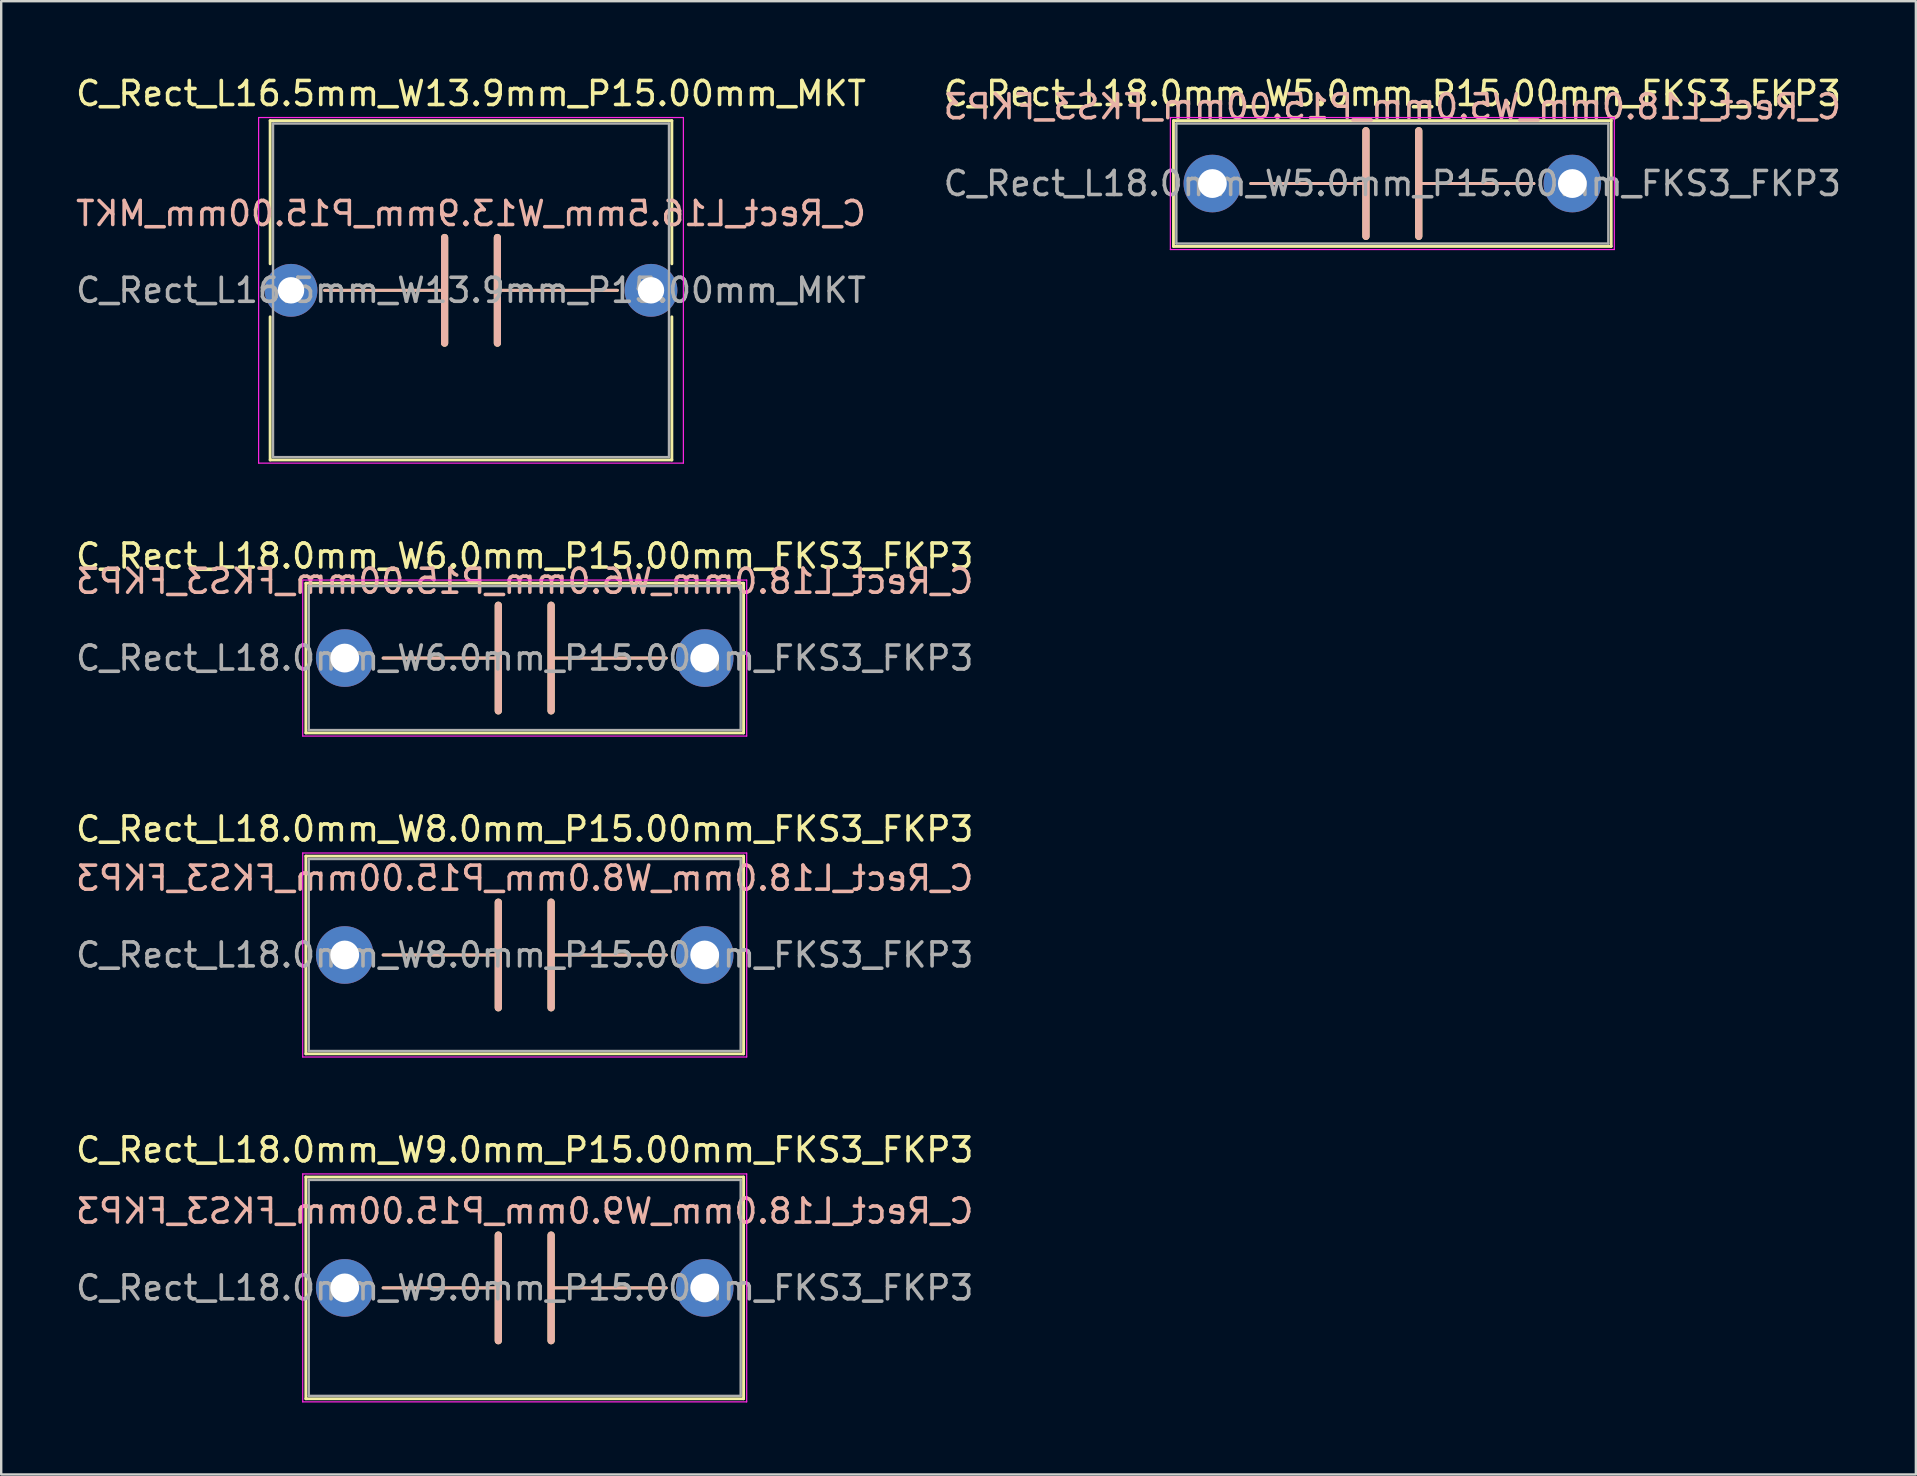
<source format=kicad_pcb>
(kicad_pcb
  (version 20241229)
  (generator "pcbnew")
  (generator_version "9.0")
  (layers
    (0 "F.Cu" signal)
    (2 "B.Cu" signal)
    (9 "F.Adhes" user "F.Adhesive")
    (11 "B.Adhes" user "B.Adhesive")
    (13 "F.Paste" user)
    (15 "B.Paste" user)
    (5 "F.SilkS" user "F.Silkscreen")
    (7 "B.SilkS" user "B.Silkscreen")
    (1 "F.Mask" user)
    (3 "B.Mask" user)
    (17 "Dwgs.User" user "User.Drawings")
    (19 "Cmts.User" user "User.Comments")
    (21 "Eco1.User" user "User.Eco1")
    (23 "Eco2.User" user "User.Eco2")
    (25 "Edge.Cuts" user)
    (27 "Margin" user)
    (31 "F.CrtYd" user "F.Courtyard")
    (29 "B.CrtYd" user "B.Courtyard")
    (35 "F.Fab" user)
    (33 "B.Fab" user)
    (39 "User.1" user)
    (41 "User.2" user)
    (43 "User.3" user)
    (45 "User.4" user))
  (footprint "C_Rect_L18.0mm_W5.0mm_P15.00mm_FKS3_FKP3"
    (layer "F.Cu")
    (at 47.47 4.598)
    (property "Reference" "C_Rect_L18.0mm_W5.0mm_P15.00mm_FKS3_FKP3" (at 7.5 -3.75 0) (layer "F.SilkS") (effects (font (size 1 1) (thickness 0.15))))
    (fp_line (start -1.62 -2.62) (end -1.62 2.62) (stroke (width 0.12) (type solid)) (layer "F.SilkS"))
    (fp_line (start -1.62 -2.62) (end 16.62 -2.62) (stroke (width 0.12) (type solid)) (layer "F.SilkS"))
    (fp_line (start -1.62 2.62) (end 16.62 2.62) (stroke (width 0.12) (type solid)) (layer "F.SilkS"))
    (fp_line (start 1.6 0) (end 6.4 0) (stroke (width 0.12) (type solid)) (layer "F.SilkS"))
    (fp_line (start 6.4 -2.2) (end 6.4 2.2) (stroke (width 0.3) (type solid)) (layer "F.SilkS"))
    (fp_line (start 8.6 -2.2) (end 8.6 2.2) (stroke (width 0.3) (type solid)) (layer "F.SilkS"))
    (fp_line (start 8.6 0) (end 13.4 0) (stroke (width 0.12) (type solid)) (layer "F.SilkS"))
    (fp_line (start 16.62 -2.62) (end 16.62 2.62) (stroke (width 0.12) (type solid)) (layer "F.SilkS"))
    (fp_line (start 1.6 0) (end 6.4 0) (stroke (width 0.12) (type solid)) (layer "B.SilkS"))
    (fp_line (start 6.4 2.2) (end 6.4 -2.2) (stroke (width 0.3) (type solid)) (layer "B.SilkS"))
    (fp_line (start 8.6 0) (end 13.4 0) (stroke (width 0.12) (type solid)) (layer "B.SilkS"))
    (fp_line (start 8.6 2.2) (end 8.6 -2.2) (stroke (width 0.3) (type solid)) (layer "B.SilkS"))
    (fp_line (start -1.75 -2.75) (end -1.75 2.75) (stroke (width 0.05) (type solid)) (layer "F.CrtYd"))
    (fp_line (start -1.75 2.75) (end 16.75 2.75) (stroke (width 0.05) (type solid)) (layer "F.CrtYd"))
    (fp_line (start 16.75 -2.75) (end -1.75 -2.75) (stroke (width 0.05) (type solid)) (layer "F.CrtYd"))
    (fp_line (start 16.75 2.75) (end 16.75 -2.75) (stroke (width 0.05) (type solid)) (layer "F.CrtYd"))
    (fp_line (start -1.5 -2.5) (end -1.5 2.5) (stroke (width 0.1) (type solid)) (layer "F.Fab"))
    (fp_line (start -1.5 2.5) (end 16.5 2.5) (stroke (width 0.1) (type solid)) (layer "F.Fab"))
    (fp_line (start 16.5 -2.5) (end -1.5 -2.5) (stroke (width 0.1) (type solid)) (layer "F.Fab"))
    (fp_line (start 16.5 2.5) (end 16.5 -2.5) (stroke (width 0.1) (type solid)) (layer "F.Fab"))
    (fp_text user "${REFERENCE}" (at 7.5 -3.2 0) (layer "B.SilkS") (effects (font (size 1 1) (thickness 0.15)) (justify mirror)))
    (fp_text user "${REFERENCE}" (at 7.5 0 0) (layer "F.Fab") (effects (font (size 1 1) (thickness 0.15))))
    (pad "1" thru_hole circle (at 0 0) (size 2.4 2.4) (drill 1.2) (layers "*.Cu" "*.Mask"))
    (pad "2" thru_hole circle (at 15 0) (size 2.4 2.4) (drill 1.2) (layers "*.Cu" "*.Mask")))
  (footprint "C_Rect_L18.0mm_W9.0mm_P15.00mm_FKS3_FKP3"
    (layer "F.Cu")
    (at 11.315 50.618)
    (property "Reference" "C_Rect_L18.0mm_W9.0mm_P15.00mm_FKS3_FKP3" (at 7.5 -5.75 0) (layer "F.SilkS") (effects (font (size 1 1) (thickness 0.15))))
    (fp_line (start -1.62 -4.62) (end -1.62 4.62) (stroke (width 0.12) (type solid)) (layer "F.SilkS"))
    (fp_line (start -1.62 -4.62) (end 16.62 -4.62) (stroke (width 0.12) (type solid)) (layer "F.SilkS"))
    (fp_line (start -1.62 4.62) (end 16.62 4.62) (stroke (width 0.12) (type solid)) (layer "F.SilkS"))
    (fp_line (start 1.6 0) (end 6.4 0) (stroke (width 0.12) (type solid)) (layer "F.SilkS"))
    (fp_line (start 6.4 -2.2) (end 6.4 2.2) (stroke (width 0.3) (type solid)) (layer "F.SilkS"))
    (fp_line (start 8.6 -2.2) (end 8.6 2.2) (stroke (width 0.3) (type solid)) (layer "F.SilkS"))
    (fp_line (start 8.6 0) (end 13.4 0) (stroke (width 0.12) (type solid)) (layer "F.SilkS"))
    (fp_line (start 16.62 -4.62) (end 16.62 4.62) (stroke (width 0.12) (type solid)) (layer "F.SilkS"))
    (fp_line (start 1.6 0) (end 6.4 0) (stroke (width 0.12) (type solid)) (layer "B.SilkS"))
    (fp_line (start 6.4 2.2) (end 6.4 -2.2) (stroke (width 0.3) (type solid)) (layer "B.SilkS"))
    (fp_line (start 8.6 0) (end 13.4 0) (stroke (width 0.12) (type solid)) (layer "B.SilkS"))
    (fp_line (start 8.6 2.2) (end 8.6 -2.2) (stroke (width 0.3) (type solid)) (layer "B.SilkS"))
    (fp_line (start -1.75 -4.75) (end -1.75 4.75) (stroke (width 0.05) (type solid)) (layer "F.CrtYd"))
    (fp_line (start -1.75 4.75) (end 16.75 4.75) (stroke (width 0.05) (type solid)) (layer "F.CrtYd"))
    (fp_line (start 16.75 -4.75) (end -1.75 -4.75) (stroke (width 0.05) (type solid)) (layer "F.CrtYd"))
    (fp_line (start 16.75 4.75) (end 16.75 -4.75) (stroke (width 0.05) (type solid)) (layer "F.CrtYd"))
    (fp_line (start -1.5 -4.5) (end -1.5 4.5) (stroke (width 0.1) (type solid)) (layer "F.Fab"))
    (fp_line (start -1.5 4.5) (end 16.5 4.5) (stroke (width 0.1) (type solid)) (layer "F.Fab"))
    (fp_line (start 16.5 -4.5) (end -1.5 -4.5) (stroke (width 0.1) (type solid)) (layer "F.Fab"))
    (fp_line (start 16.5 4.5) (end 16.5 -4.5) (stroke (width 0.1) (type solid)) (layer "F.Fab"))
    (fp_text user "${REFERENCE}" (at 7.5 -3.2 0) (layer "B.SilkS") (effects (font (size 1 1) (thickness 0.15)) (justify mirror)))
    (fp_text user "${REFERENCE}" (at 7.5 0 0) (layer "F.Fab") (effects (font (size 1 1) (thickness 0.15))))
    (pad "1" thru_hole circle (at 0 0) (size 2.4 2.4) (drill 1.2) (layers "*.Cu" "*.Mask"))
    (pad "2" thru_hole circle (at 15 0) (size 2.4 2.4) (drill 1.2) (layers "*.Cu" "*.Mask")))
  (footprint "C_Rect_L18.0mm_W6.0mm_P15.00mm_FKS3_FKP3"
    (layer "F.Cu")
    (at 11.315 24.372)
    (property "Reference" "C_Rect_L18.0mm_W6.0mm_P15.00mm_FKS3_FKP3" (at 7.5 -4.25 0) (layer "F.SilkS") (effects (font (size 1 1) (thickness 0.15))))
    (fp_line (start -1.62 -3.12) (end -1.62 3.12) (stroke (width 0.12) (type solid)) (layer "F.SilkS"))
    (fp_line (start -1.62 -3.12) (end 16.62 -3.12) (stroke (width 0.12) (type solid)) (layer "F.SilkS"))
    (fp_line (start -1.62 3.12) (end 16.62 3.12) (stroke (width 0.12) (type solid)) (layer "F.SilkS"))
    (fp_line (start 1.6 0) (end 6.4 0) (stroke (width 0.12) (type solid)) (layer "F.SilkS"))
    (fp_line (start 6.4 -2.2) (end 6.4 2.2) (stroke (width 0.3) (type solid)) (layer "F.SilkS"))
    (fp_line (start 8.6 -2.2) (end 8.6 2.2) (stroke (width 0.3) (type solid)) (layer "F.SilkS"))
    (fp_line (start 8.6 0) (end 13.4 0) (stroke (width 0.12) (type solid)) (layer "F.SilkS"))
    (fp_line (start 16.62 -3.12) (end 16.62 3.12) (stroke (width 0.12) (type solid)) (layer "F.SilkS"))
    (fp_line (start 1.6 0) (end 6.4 0) (stroke (width 0.12) (type solid)) (layer "B.SilkS"))
    (fp_line (start 6.4 2.2) (end 6.4 -2.2) (stroke (width 0.3) (type solid)) (layer "B.SilkS"))
    (fp_line (start 8.6 0) (end 13.4 0) (stroke (width 0.12) (type solid)) (layer "B.SilkS"))
    (fp_line (start 8.6 2.2) (end 8.6 -2.2) (stroke (width 0.3) (type solid)) (layer "B.SilkS"))
    (fp_line (start -1.75 -3.25) (end -1.75 3.25) (stroke (width 0.05) (type solid)) (layer "F.CrtYd"))
    (fp_line (start -1.75 3.25) (end 16.75 3.25) (stroke (width 0.05) (type solid)) (layer "F.CrtYd"))
    (fp_line (start 16.75 -3.25) (end -1.75 -3.25) (stroke (width 0.05) (type solid)) (layer "F.CrtYd"))
    (fp_line (start 16.75 3.25) (end 16.75 -3.25) (stroke (width 0.05) (type solid)) (layer "F.CrtYd"))
    (fp_line (start -1.5 -3) (end -1.5 3) (stroke (width 0.1) (type solid)) (layer "F.Fab"))
    (fp_line (start -1.5 3) (end 16.5 3) (stroke (width 0.1) (type solid)) (layer "F.Fab"))
    (fp_line (start 16.5 -3) (end -1.5 -3) (stroke (width 0.1) (type solid)) (layer "F.Fab"))
    (fp_line (start 16.5 3) (end 16.5 -3) (stroke (width 0.1) (type solid)) (layer "F.Fab"))
    (fp_text user "${REFERENCE}" (at 7.5 -3.2 0) (layer "B.SilkS") (effects (font (size 1 1) (thickness 0.15)) (justify mirror)))
    (fp_text user "${REFERENCE}" (at 7.5 0 0) (layer "F.Fab") (effects (font (size 1 1) (thickness 0.15))))
    (pad "1" thru_hole circle (at 0 0) (size 2.4 2.4) (drill 1.2) (layers "*.Cu" "*.Mask"))
    (pad "2" thru_hole circle (at 15 0) (size 2.4 2.4) (drill 1.2) (layers "*.Cu" "*.Mask")))
  (footprint "C_Rect_L16.5mm_W13.9mm_P15.00mm_MKT"
    (layer "F.Cu")
    (at 9.077 9.048)
    (property "Reference" "C_Rect_L16.5mm_W13.9mm_P15.00mm_MKT" (at 7.5 -8.2 0) (layer "F.SilkS") (effects (font (size 1 1) (thickness 0.15))))
    (fp_line (start -0.87 -7.07) (end -0.87 -1.104) (stroke (width 0.12) (type solid)) (layer "F.SilkS"))
    (fp_line (start -0.87 -7.07) (end 15.87 -7.07) (stroke (width 0.12) (type solid)) (layer "F.SilkS"))
    (fp_line (start -0.87 1.104) (end -0.87 7.07) (stroke (width 0.12) (type solid)) (layer "F.SilkS"))
    (fp_line (start -0.87 7.07) (end 15.87 7.07) (stroke (width 0.12) (type solid)) (layer "F.SilkS"))
    (fp_line (start 1.4 0) (end 6.4 0) (stroke (width 0.12) (type solid)) (layer "F.SilkS"))
    (fp_line (start 6.4 -2.2) (end 6.4 2.2) (stroke (width 0.3) (type solid)) (layer "F.SilkS"))
    (fp_line (start 8.6 -2.2) (end 8.6 2.2) (stroke (width 0.3) (type solid)) (layer "F.SilkS"))
    (fp_line (start 8.6 0) (end 13.6 0) (stroke (width 0.12) (type solid)) (layer "F.SilkS"))
    (fp_line (start 15.87 -7.07) (end 15.87 -1.104) (stroke (width 0.12) (type solid)) (layer "F.SilkS"))
    (fp_line (start 15.87 1.104) (end 15.87 7.07) (stroke (width 0.12) (type solid)) (layer "F.SilkS"))
    (fp_line (start 1.4 0) (end 6.4 0) (stroke (width 0.12) (type solid)) (layer "B.SilkS"))
    (fp_line (start 6.4 2.2) (end 6.4 -2.2) (stroke (width 0.3) (type solid)) (layer "B.SilkS"))
    (fp_line (start 8.6 0) (end 13.6 0) (stroke (width 0.12) (type solid)) (layer "B.SilkS"))
    (fp_line (start 8.6 2.2) (end 8.6 -2.2) (stroke (width 0.3) (type solid)) (layer "B.SilkS"))
    (fp_line (start -1.35 -7.2) (end -1.35 7.2) (stroke (width 0.05) (type solid)) (layer "F.CrtYd"))
    (fp_line (start -1.35 7.2) (end 16.35 7.2) (stroke (width 0.05) (type solid)) (layer "F.CrtYd"))
    (fp_line (start 16.35 -7.2) (end -1.35 -7.2) (stroke (width 0.05) (type solid)) (layer "F.CrtYd"))
    (fp_line (start 16.35 7.2) (end 16.35 -7.2) (stroke (width 0.05) (type solid)) (layer "F.CrtYd"))
    (fp_line (start -0.75 -6.95) (end -0.75 6.95) (stroke (width 0.1) (type solid)) (layer "F.Fab"))
    (fp_line (start -0.75 6.95) (end 15.75 6.95) (stroke (width 0.1) (type solid)) (layer "F.Fab"))
    (fp_line (start 15.75 -6.95) (end -0.75 -6.95) (stroke (width 0.1) (type solid)) (layer "F.Fab"))
    (fp_line (start 15.75 6.95) (end 15.75 -6.95) (stroke (width 0.1) (type solid)) (layer "F.Fab"))
    (fp_text user "${REFERENCE}" (at 7.5 -3.2 0) (layer "B.SilkS") (effects (font (size 1 1) (thickness 0.15)) (justify mirror)))
    (fp_text user "${REFERENCE}" (at 7.5 0 0) (layer "F.Fab") (effects (font (size 1 1) (thickness 0.15))))
    (pad "1" thru_hole circle (at 0 0) (size 2.2 2.2) (drill 1.1) (layers "*.Cu" "*.Mask"))
    (pad "2" thru_hole circle (at 15 0) (size 2.2 2.2) (drill 1.1) (layers "*.Cu" "*.Mask")))
  (footprint "C_Rect_L18.0mm_W8.0mm_P15.00mm_FKS3_FKP3"
    (layer "F.Cu")
    (at 11.315 36.745)
    (property "Reference" "C_Rect_L18.0mm_W8.0mm_P15.00mm_FKS3_FKP3" (at 7.5 -5.25 0) (layer "F.SilkS") (effects (font (size 1 1) (thickness 0.15))))
    (fp_line (start -1.62 -4.12) (end -1.62 4.12) (stroke (width 0.12) (type solid)) (layer "F.SilkS"))
    (fp_line (start -1.62 -4.12) (end 16.62 -4.12) (stroke (width 0.12) (type solid)) (layer "F.SilkS"))
    (fp_line (start -1.62 4.12) (end 16.62 4.12) (stroke (width 0.12) (type solid)) (layer "F.SilkS"))
    (fp_line (start 1.6 0) (end 6.4 0) (stroke (width 0.12) (type solid)) (layer "F.SilkS"))
    (fp_line (start 6.4 -2.2) (end 6.4 2.2) (stroke (width 0.3) (type solid)) (layer "F.SilkS"))
    (fp_line (start 8.6 -2.2) (end 8.6 2.2) (stroke (width 0.3) (type solid)) (layer "F.SilkS"))
    (fp_line (start 8.6 0) (end 13.4 0) (stroke (width 0.12) (type solid)) (layer "F.SilkS"))
    (fp_line (start 16.62 -4.12) (end 16.62 4.12) (stroke (width 0.12) (type solid)) (layer "F.SilkS"))
    (fp_line (start 1.6 0) (end 6.4 0) (stroke (width 0.12) (type solid)) (layer "B.SilkS"))
    (fp_line (start 6.4 2.2) (end 6.4 -2.2) (stroke (width 0.3) (type solid)) (layer "B.SilkS"))
    (fp_line (start 8.6 0) (end 13.4 0) (stroke (width 0.12) (type solid)) (layer "B.SilkS"))
    (fp_line (start 8.6 2.2) (end 8.6 -2.2) (stroke (width 0.3) (type solid)) (layer "B.SilkS"))
    (fp_line (start -1.75 -4.25) (end -1.75 4.25) (stroke (width 0.05) (type solid)) (layer "F.CrtYd"))
    (fp_line (start -1.75 4.25) (end 16.75 4.25) (stroke (width 0.05) (type solid)) (layer "F.CrtYd"))
    (fp_line (start 16.75 -4.25) (end -1.75 -4.25) (stroke (width 0.05) (type solid)) (layer "F.CrtYd"))
    (fp_line (start 16.75 4.25) (end 16.75 -4.25) (stroke (width 0.05) (type solid)) (layer "F.CrtYd"))
    (fp_line (start -1.5 -4) (end -1.5 4) (stroke (width 0.1) (type solid)) (layer "F.Fab"))
    (fp_line (start -1.5 4) (end 16.5 4) (stroke (width 0.1) (type solid)) (layer "F.Fab"))
    (fp_line (start 16.5 -4) (end -1.5 -4) (stroke (width 0.1) (type solid)) (layer "F.Fab"))
    (fp_line (start 16.5 4) (end 16.5 -4) (stroke (width 0.1) (type solid)) (layer "F.Fab"))
    (fp_text user "${REFERENCE}" (at 7.5 -3.2 0) (layer "B.SilkS") (effects (font (size 1 1) (thickness 0.15)) (justify mirror)))
    (fp_text user "${REFERENCE}" (at 7.5 0 0) (layer "F.Fab") (effects (font (size 1 1) (thickness 0.15))))
    (pad "1" thru_hole circle (at 0 0) (size 2.4 2.4) (drill 1.2) (layers "*.Cu" "*.Mask"))
    (pad "2" thru_hole circle (at 15 0) (size 2.4 2.4) (drill 1.2) (layers "*.Cu" "*.Mask")))
  (gr_rect
    (start -3 -3)
    (end 76.786 58.393)
    (stroke (width 0.1) (type default))
    (fill no)
    (layer "Edge.Cuts")))
</source>
